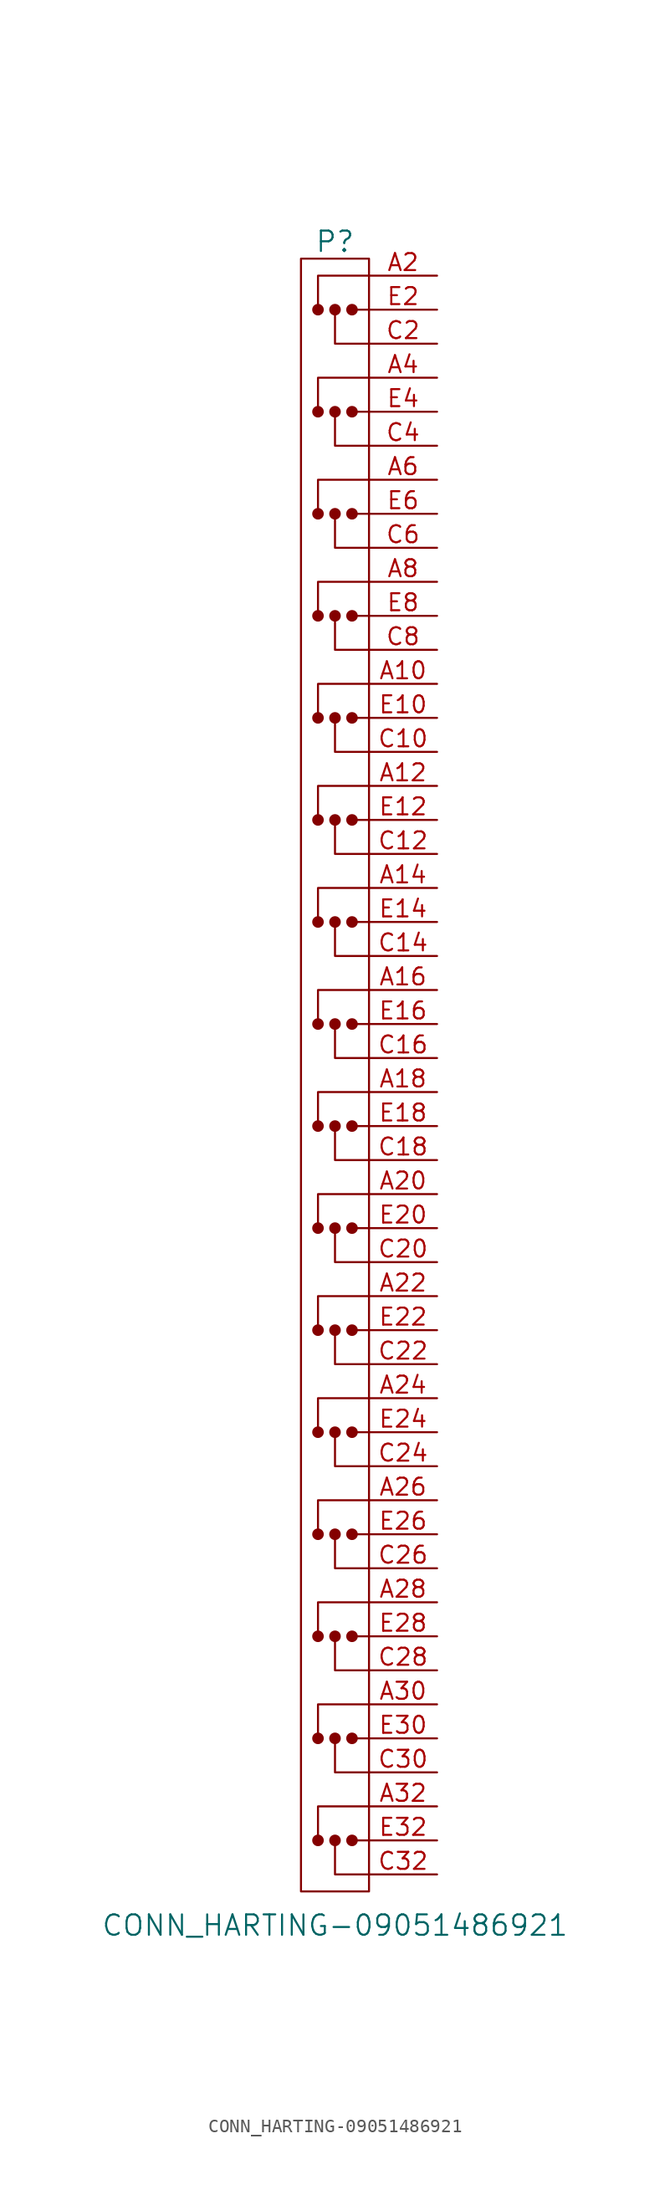
<source format=kicad_sym>
(kicad_symbol_lib
  (version 20201005)
  (generator kicad_symbol_editor)
  (symbol "CONN_HARTING-09051486921"
    (pin_names
      (offset 1.016))
    (property "Reference" "P"
      (at 0 62.23 0)
      (effects (font (size 1.524 1.524))))
    (property "Value" "CONN_HARTING-09051486921"
      (at 0 -63.5 0)
      (effects (font (size 1.524 1.524))))
    (property "Footprint" ""
      (at 8.255 29.21 0)
      (effects (font (size 1.524 1.524))))
    (property "Datasheet" ""
      (at 8.255 29.21 0)
      (effects (font (size 1.524 1.524))))
    (symbol "CONN_HARTING-09051486921_0_1"
      (circle (center -1.27 -57.15) (radius 0.356) (stroke (width 0)) (fill (type outline)))
      (circle (center -1.27 -49.53) (radius 0.356) (stroke (width 0)) (fill (type outline)))
      (circle (center -1.27 -41.91) (radius 0.356) (stroke (width 0)) (fill (type outline)))
      (circle (center -1.27 -34.29) (radius 0.356) (stroke (width 0)) (fill (type outline)))
      (circle (center -1.27 -26.67) (radius 0.356) (stroke (width 0)) (fill (type outline)))
      (circle (center -1.27 -19.05) (radius 0.356) (stroke (width 0)) (fill (type outline)))
      (circle (center -1.27 -11.43) (radius 0.356) (stroke (width 0)) (fill (type outline)))
      (circle (center -1.27 -3.81) (radius 0.356) (stroke (width 0)) (fill (type outline)))
      (circle (center -1.27 3.81) (radius 0.356) (stroke (width 0)) (fill (type outline)))
      (circle (center -1.27 11.43) (radius 0.356) (stroke (width 0)) (fill (type outline)))
      (circle (center -1.27 19.05) (radius 0.356) (stroke (width 0)) (fill (type outline)))
      (circle (center -1.27 26.67) (radius 0.356) (stroke (width 0)) (fill (type outline)))
      (circle (center -1.27 34.29) (radius 0.356) (stroke (width 0)) (fill (type outline)))
      (circle (center -1.27 41.91) (radius 0.356) (stroke (width 0)) (fill (type outline)))
      (circle (center -1.27 49.53) (radius 0.356) (stroke (width 0)) (fill (type outline)))
      (circle (center -1.27 57.15) (radius 0.356) (stroke (width 0)) (fill (type outline)))
      (circle (center 0 -57.15) (radius 0.356) (stroke (width 0)) (fill (type outline)))
      (circle (center 0 -49.53) (radius 0.356) (stroke (width 0)) (fill (type outline)))
      (circle (center 0 -41.91) (radius 0.356) (stroke (width 0)) (fill (type outline)))
      (circle (center 0 -34.29) (radius 0.356) (stroke (width 0)) (fill (type outline)))
      (circle (center 0 -26.67) (radius 0.356) (stroke (width 0)) (fill (type outline)))
      (circle (center 0 -19.05) (radius 0.356) (stroke (width 0)) (fill (type outline)))
      (circle (center 0 -11.43) (radius 0.356) (stroke (width 0)) (fill (type outline)))
      (circle (center 0 -3.81) (radius 0.356) (stroke (width 0)) (fill (type outline)))
      (circle (center 0 3.81) (radius 0.356) (stroke (width 0)) (fill (type outline)))
      (circle (center 0 11.43) (radius 0.356) (stroke (width 0)) (fill (type outline)))
      (circle (center 0 19.05) (radius 0.356) (stroke (width 0)) (fill (type outline)))
      (circle (center 0 26.67) (radius 0.356) (stroke (width 0)) (fill (type outline)))
      (circle (center 0 34.29) (radius 0.356) (stroke (width 0)) (fill (type outline)))
      (circle (center 0 41.91) (radius 0.356) (stroke (width 0)) (fill (type outline)))
      (circle (center 0 49.53) (radius 0.356) (stroke (width 0)) (fill (type outline)))
      (circle (center 0 57.15) (radius 0.356) (stroke (width 0)) (fill (type outline)))
      (circle (center 1.27 -57.15) (radius 0.356) (stroke (width 0)) (fill (type outline)))
      (circle (center 1.27 -49.53) (radius 0.356) (stroke (width 0)) (fill (type outline)))
      (circle (center 1.27 -41.91) (radius 0.356) (stroke (width 0)) (fill (type outline)))
      (circle (center 1.27 -34.29) (radius 0.356) (stroke (width 0)) (fill (type outline)))
      (circle (center 1.27 -26.67) (radius 0.356) (stroke (width 0)) (fill (type outline)))
      (circle (center 1.27 -19.05) (radius 0.356) (stroke (width 0)) (fill (type outline)))
      (circle (center 1.27 -11.43) (radius 0.356) (stroke (width 0)) (fill (type outline)))
      (circle (center 1.27 -3.81) (radius 0.356) (stroke (width 0)) (fill (type outline)))
      (circle (center 1.27 3.81) (radius 0.356) (stroke (width 0)) (fill (type outline)))
      (circle (center 1.27 11.43) (radius 0.356) (stroke (width 0)) (fill (type outline)))
      (circle (center 1.27 19.05) (radius 0.356) (stroke (width 0)) (fill (type outline)))
      (circle (center 1.27 26.67) (radius 0.356) (stroke (width 0)) (fill (type outline)))
      (circle (center 1.27 34.29) (radius 0.356) (stroke (width 0)) (fill (type outline)))
      (circle (center 1.27 41.91) (radius 0.356) (stroke (width 0)) (fill (type outline)))
      (circle (center 1.27 49.53) (radius 0.356) (stroke (width 0)) (fill (type outline)))
      (circle (center 1.27 57.15) (radius 0.356) (stroke (width 0)) (fill (type outline)))
      (rectangle (start -2.54 60.96) (end 2.54 -60.96) (stroke (width 0)) (fill (type none)))
      (polyline (pts (xy 1.27 -57.15) (xy 2.54 -57.15)) (stroke (width 0)) (fill (type none)))
      (polyline (pts (xy 1.27 -49.53) (xy 2.54 -49.53)) (stroke (width 0)) (fill (type none)))
      (polyline (pts (xy 1.27 -41.91) (xy 2.54 -41.91)) (stroke (width 0)) (fill (type none)))
      (polyline (pts (xy 1.27 -34.29) (xy 2.54 -34.29)) (stroke (width 0)) (fill (type none)))
      (polyline (pts (xy 1.27 -26.67) (xy 2.54 -26.67)) (stroke (width 0)) (fill (type none)))
      (polyline (pts (xy 1.27 -19.05) (xy 2.54 -19.05)) (stroke (width 0)) (fill (type none)))
      (polyline (pts (xy 1.27 -11.43) (xy 2.54 -11.43)) (stroke (width 0)) (fill (type none)))
      (polyline (pts (xy 1.27 -3.81) (xy 2.54 -3.81)) (stroke (width 0)) (fill (type none)))
      (polyline (pts (xy 1.27 3.81) (xy 2.54 3.81)) (stroke (width 0)) (fill (type none)))
      (polyline (pts (xy 1.27 11.43) (xy 2.54 11.43)) (stroke (width 0)) (fill (type none)))
      (polyline (pts (xy 1.27 19.05) (xy 2.54 19.05)) (stroke (width 0)) (fill (type none)))
      (polyline (pts (xy 1.27 26.67) (xy 2.54 26.67)) (stroke (width 0)) (fill (type none)))
      (polyline (pts (xy 1.27 34.29) (xy 2.54 34.29)) (stroke (width 0)) (fill (type none)))
      (polyline (pts (xy 1.27 41.91) (xy 2.54 41.91)) (stroke (width 0)) (fill (type none)))
      (polyline (pts (xy 1.27 49.53) (xy 2.54 49.53)) (stroke (width 0)) (fill (type none)))
      (polyline (pts (xy 1.27 57.15) (xy 2.54 57.15)) (stroke (width 0)) (fill (type none)))
      (polyline (pts (xy -1.27 -57.15) (xy -1.27 -54.61) (xy 2.54 -54.61)) (stroke (width 0)) (fill (type none)))
      (polyline (pts (xy -1.27 -49.53) (xy -1.27 -46.99) (xy 2.54 -46.99)) (stroke (width 0)) (fill (type none)))
      (polyline (pts (xy -1.27 -41.91) (xy -1.27 -39.37) (xy 2.54 -39.37)) (stroke (width 0)) (fill (type none)))
      (polyline (pts (xy -1.27 -34.29) (xy -1.27 -31.75) (xy 2.54 -31.75)) (stroke (width 0)) (fill (type none)))
      (polyline (pts (xy -1.27 -26.67) (xy -1.27 -24.13) (xy 2.54 -24.13)) (stroke (width 0)) (fill (type none)))
      (polyline (pts (xy -1.27 -19.05) (xy -1.27 -16.51) (xy 2.54 -16.51)) (stroke (width 0)) (fill (type none)))
      (polyline (pts (xy -1.27 -11.43) (xy -1.27 -8.89) (xy 2.54 -8.89)) (stroke (width 0)) (fill (type none)))
      (polyline (pts (xy -1.27 -3.81) (xy -1.27 -1.27) (xy 2.54 -1.27)) (stroke (width 0)) (fill (type none)))
      (polyline (pts (xy -1.27 3.81) (xy -1.27 6.35) (xy 2.54 6.35)) (stroke (width 0)) (fill (type none)))
      (polyline (pts (xy -1.27 11.43) (xy -1.27 13.97) (xy 2.54 13.97)) (stroke (width 0)) (fill (type none)))
      (polyline (pts (xy -1.27 19.05) (xy -1.27 21.59) (xy 2.54 21.59)) (stroke (width 0)) (fill (type none)))
      (polyline (pts (xy -1.27 26.67) (xy -1.27 29.21) (xy 2.54 29.21)) (stroke (width 0)) (fill (type none)))
      (polyline (pts (xy -1.27 34.29) (xy -1.27 36.83) (xy 2.54 36.83)) (stroke (width 0)) (fill (type none)))
      (polyline (pts (xy -1.27 41.91) (xy -1.27 44.45) (xy 2.54 44.45)) (stroke (width 0)) (fill (type none)))
      (polyline (pts (xy -1.27 49.53) (xy -1.27 52.07) (xy 2.54 52.07)) (stroke (width 0)) (fill (type none)))
      (polyline (pts (xy -1.27 57.15) (xy -1.27 59.69) (xy 2.54 59.69)) (stroke (width 0)) (fill (type none)))
      (polyline (pts (xy 0 -57.15) (xy 0 -59.69) (xy 2.54 -59.69)) (stroke (width 0)) (fill (type none)))
      (polyline (pts (xy 0 -49.53) (xy 0 -52.07) (xy 2.54 -52.07)) (stroke (width 0)) (fill (type none)))
      (polyline (pts (xy 0 -41.91) (xy 0 -44.45) (xy 2.54 -44.45)) (stroke (width 0)) (fill (type none)))
      (polyline (pts (xy 0 -34.29) (xy 0 -36.83) (xy 2.54 -36.83)) (stroke (width 0)) (fill (type none)))
      (polyline (pts (xy 0 -26.67) (xy 0 -29.21) (xy 2.54 -29.21)) (stroke (width 0)) (fill (type none)))
      (polyline (pts (xy 0 -19.05) (xy 0 -21.59) (xy 2.54 -21.59)) (stroke (width 0)) (fill (type none)))
      (polyline (pts (xy 0 -11.43) (xy 0 -13.97) (xy 2.54 -13.97)) (stroke (width 0)) (fill (type none)))
      (polyline (pts (xy 0 -3.81) (xy 0 -6.35) (xy 2.54 -6.35)) (stroke (width 0)) (fill (type none)))
      (polyline (pts (xy 0 3.81) (xy 0 1.27) (xy 2.54 1.27)) (stroke (width 0)) (fill (type none)))
      (polyline (pts (xy 0 11.43) (xy 0 8.89) (xy 2.54 8.89)) (stroke (width 0)) (fill (type none)))
      (polyline (pts (xy 0 19.05) (xy 0 16.51) (xy 2.54 16.51)) (stroke (width 0)) (fill (type none)))
      (polyline (pts (xy 0 26.67) (xy 0 24.13) (xy 2.54 24.13)) (stroke (width 0)) (fill (type none)))
      (polyline (pts (xy 0 34.29) (xy 0 31.75) (xy 2.54 31.75)) (stroke (width 0)) (fill (type none)))
      (polyline (pts (xy 0 41.91) (xy 0 39.37) (xy 2.54 39.37)) (stroke (width 0)) (fill (type none)))
      (polyline (pts (xy 0 49.53) (xy 0 46.99) (xy 2.54 46.99)) (stroke (width 0)) (fill (type none)))
      (polyline (pts (xy 0 57.15) (xy 0 54.61) (xy 2.54 54.61)) (stroke (width 0)) (fill (type none))))
    (symbol "CONN_HARTING-09051486921_1_1"
      (pin passive line (at 7.62 29.21 180) (length 5.08) (name "~" (effects (font (size 1.27 1.27)))) (number "A10" (effects (font (size 1.27 1.27)))))
      (pin passive line (at 7.62 21.59 180) (length 5.08) (name "~" (effects (font (size 1.27 1.27)))) (number "A12" (effects (font (size 1.27 1.27)))))
      (pin passive line (at 7.62 13.97 180) (length 5.08) (name "~" (effects (font (size 1.27 1.27)))) (number "A14" (effects (font (size 1.27 1.27)))))
      (pin passive line (at 7.62 6.35 180) (length 5.08) (name "~" (effects (font (size 1.27 1.27)))) (number "A16" (effects (font (size 1.27 1.27)))))
      (pin passive line (at 7.62 -1.27 180) (length 5.08) (name "~" (effects (font (size 1.27 1.27)))) (number "A18" (effects (font (size 1.27 1.27)))))
      (pin passive line (at 7.62 59.69 180) (length 5.08) (name "~" (effects (font (size 1.27 1.27)))) (number "A2" (effects (font (size 1.27 1.27)))))
      (pin passive line (at 7.62 -8.89 180) (length 5.08) (name "~" (effects (font (size 1.27 1.27)))) (number "A20" (effects (font (size 1.27 1.27)))))
      (pin passive line (at 7.62 -16.51 180) (length 5.08) (name "~" (effects (font (size 1.27 1.27)))) (number "A22" (effects (font (size 1.27 1.27)))))
      (pin passive line (at 7.62 -24.13 180) (length 5.08) (name "~" (effects (font (size 1.27 1.27)))) (number "A24" (effects (font (size 1.27 1.27)))))
      (pin passive line (at 7.62 -31.75 180) (length 5.08) (name "~" (effects (font (size 1.27 1.27)))) (number "A26" (effects (font (size 1.27 1.27)))))
      (pin passive line (at 7.62 -39.37 180) (length 5.08) (name "~" (effects (font (size 1.27 1.27)))) (number "A28" (effects (font (size 1.27 1.27)))))
      (pin passive line (at 7.62 -46.99 180) (length 5.08) (name "~" (effects (font (size 1.27 1.27)))) (number "A30" (effects (font (size 1.27 1.27)))))
      (pin passive line (at 7.62 -54.61 180) (length 5.08) (name "~" (effects (font (size 1.27 1.27)))) (number "A32" (effects (font (size 1.27 1.27)))))
      (pin passive line (at 7.62 52.07 180) (length 5.08) (name "~" (effects (font (size 1.27 1.27)))) (number "A4" (effects (font (size 1.27 1.27)))))
      (pin passive line (at 7.62 44.45 180) (length 5.08) (name "~" (effects (font (size 1.27 1.27)))) (number "A6" (effects (font (size 1.27 1.27)))))
      (pin passive line (at 7.62 36.83 180) (length 5.08) (name "~" (effects (font (size 1.27 1.27)))) (number "A8" (effects (font (size 1.27 1.27)))))
      (pin passive line (at 7.62 24.13 180) (length 5.08) (name "~" (effects (font (size 1.27 1.27)))) (number "C10" (effects (font (size 1.27 1.27)))))
      (pin passive line (at 7.62 16.51 180) (length 5.08) (name "~" (effects (font (size 1.27 1.27)))) (number "C12" (effects (font (size 1.27 1.27)))))
      (pin passive line (at 7.62 8.89 180) (length 5.08) (name "~" (effects (font (size 1.27 1.27)))) (number "C14" (effects (font (size 1.27 1.27)))))
      (pin passive line (at 7.62 1.27 180) (length 5.08) (name "~" (effects (font (size 1.27 1.27)))) (number "C16" (effects (font (size 1.27 1.27)))))
      (pin passive line (at 7.62 -6.35 180) (length 5.08) (name "~" (effects (font (size 1.27 1.27)))) (number "C18" (effects (font (size 1.27 1.27)))))
      (pin passive line (at 7.62 54.61 180) (length 5.08) (name "~" (effects (font (size 1.27 1.27)))) (number "C2" (effects (font (size 1.27 1.27)))))
      (pin passive line (at 7.62 -13.97 180) (length 5.08) (name "~" (effects (font (size 1.27 1.27)))) (number "C20" (effects (font (size 1.27 1.27)))))
      (pin passive line (at 7.62 -21.59 180) (length 5.08) (name "~" (effects (font (size 1.27 1.27)))) (number "C22" (effects (font (size 1.27 1.27)))))
      (pin passive line (at 7.62 -29.21 180) (length 5.08) (name "~" (effects (font (size 1.27 1.27)))) (number "C24" (effects (font (size 1.27 1.27)))))
      (pin passive line (at 7.62 -36.83 180) (length 5.08) (name "~" (effects (font (size 1.27 1.27)))) (number "C26" (effects (font (size 1.27 1.27)))))
      (pin passive line (at 7.62 -44.45 180) (length 5.08) (name "~" (effects (font (size 1.27 1.27)))) (number "C28" (effects (font (size 1.27 1.27)))))
      (pin passive line (at 7.62 -52.07 180) (length 5.08) (name "~" (effects (font (size 1.27 1.27)))) (number "C30" (effects (font (size 1.27 1.27)))))
      (pin passive line (at 7.62 -59.69 180) (length 5.08) (name "~" (effects (font (size 1.27 1.27)))) (number "C32" (effects (font (size 1.27 1.27)))))
      (pin passive line (at 7.62 46.99 180) (length 5.08) (name "~" (effects (font (size 1.27 1.27)))) (number "C4" (effects (font (size 1.27 1.27)))))
      (pin passive line (at 7.62 39.37 180) (length 5.08) (name "~" (effects (font (size 1.27 1.27)))) (number "C6" (effects (font (size 1.27 1.27)))))
      (pin passive line (at 7.62 31.75 180) (length 5.08) (name "~" (effects (font (size 1.27 1.27)))) (number "C8" (effects (font (size 1.27 1.27)))))
      (pin passive line (at 7.62 26.67 180) (length 5.08) (name "~" (effects (font (size 1.27 1.27)))) (number "E10" (effects (font (size 1.27 1.27)))))
      (pin passive line (at 7.62 19.05 180) (length 5.08) (name "~" (effects (font (size 1.27 1.27)))) (number "E12" (effects (font (size 1.27 1.27)))))
      (pin passive line (at 7.62 11.43 180) (length 5.08) (name "~" (effects (font (size 1.27 1.27)))) (number "E14" (effects (font (size 1.27 1.27)))))
      (pin passive line (at 7.62 3.81 180) (length 5.08) (name "~" (effects (font (size 1.27 1.27)))) (number "E16" (effects (font (size 1.27 1.27)))))
      (pin passive line (at 7.62 -3.81 180) (length 5.08) (name "~" (effects (font (size 1.27 1.27)))) (number "E18" (effects (font (size 1.27 1.27)))))
      (pin passive line (at 7.62 57.15 180) (length 5.08) (name "~" (effects (font (size 1.27 1.27)))) (number "E2" (effects (font (size 1.27 1.27)))))
      (pin passive line (at 7.62 -11.43 180) (length 5.08) (name "~" (effects (font (size 1.27 1.27)))) (number "E20" (effects (font (size 1.27 1.27)))))
      (pin passive line (at 7.62 -19.05 180) (length 5.08) (name "~" (effects (font (size 1.27 1.27)))) (number "E22" (effects (font (size 1.27 1.27)))))
      (pin passive line (at 7.62 -26.67 180) (length 5.08) (name "~" (effects (font (size 1.27 1.27)))) (number "E24" (effects (font (size 1.27 1.27)))))
      (pin passive line (at 7.62 -34.29 180) (length 5.08) (name "~" (effects (font (size 1.27 1.27)))) (number "E26" (effects (font (size 1.27 1.27)))))
      (pin passive line (at 7.62 -41.91 180) (length 5.08) (name "~" (effects (font (size 1.27 1.27)))) (number "E28" (effects (font (size 1.27 1.27)))))
      (pin passive line (at 7.62 -49.53 180) (length 5.08) (name "~" (effects (font (size 1.27 1.27)))) (number "E30" (effects (font (size 1.27 1.27)))))
      (pin passive line (at 7.62 -57.15 180) (length 5.08) (name "~" (effects (font (size 1.27 1.27)))) (number "E32" (effects (font (size 1.27 1.27)))))
      (pin passive line (at 7.62 49.53 180) (length 5.08) (name "~" (effects (font (size 1.27 1.27)))) (number "E4" (effects (font (size 1.27 1.27)))))
      (pin passive line (at 7.62 41.91 180) (length 5.08) (name "~" (effects (font (size 1.27 1.27)))) (number "E6" (effects (font (size 1.27 1.27)))))
      (pin passive line (at 7.62 34.29 180) (length 5.08) (name "~" (effects (font (size 1.27 1.27)))) (number "E8" (effects (font (size 1.27 1.27))))))))
</source>
